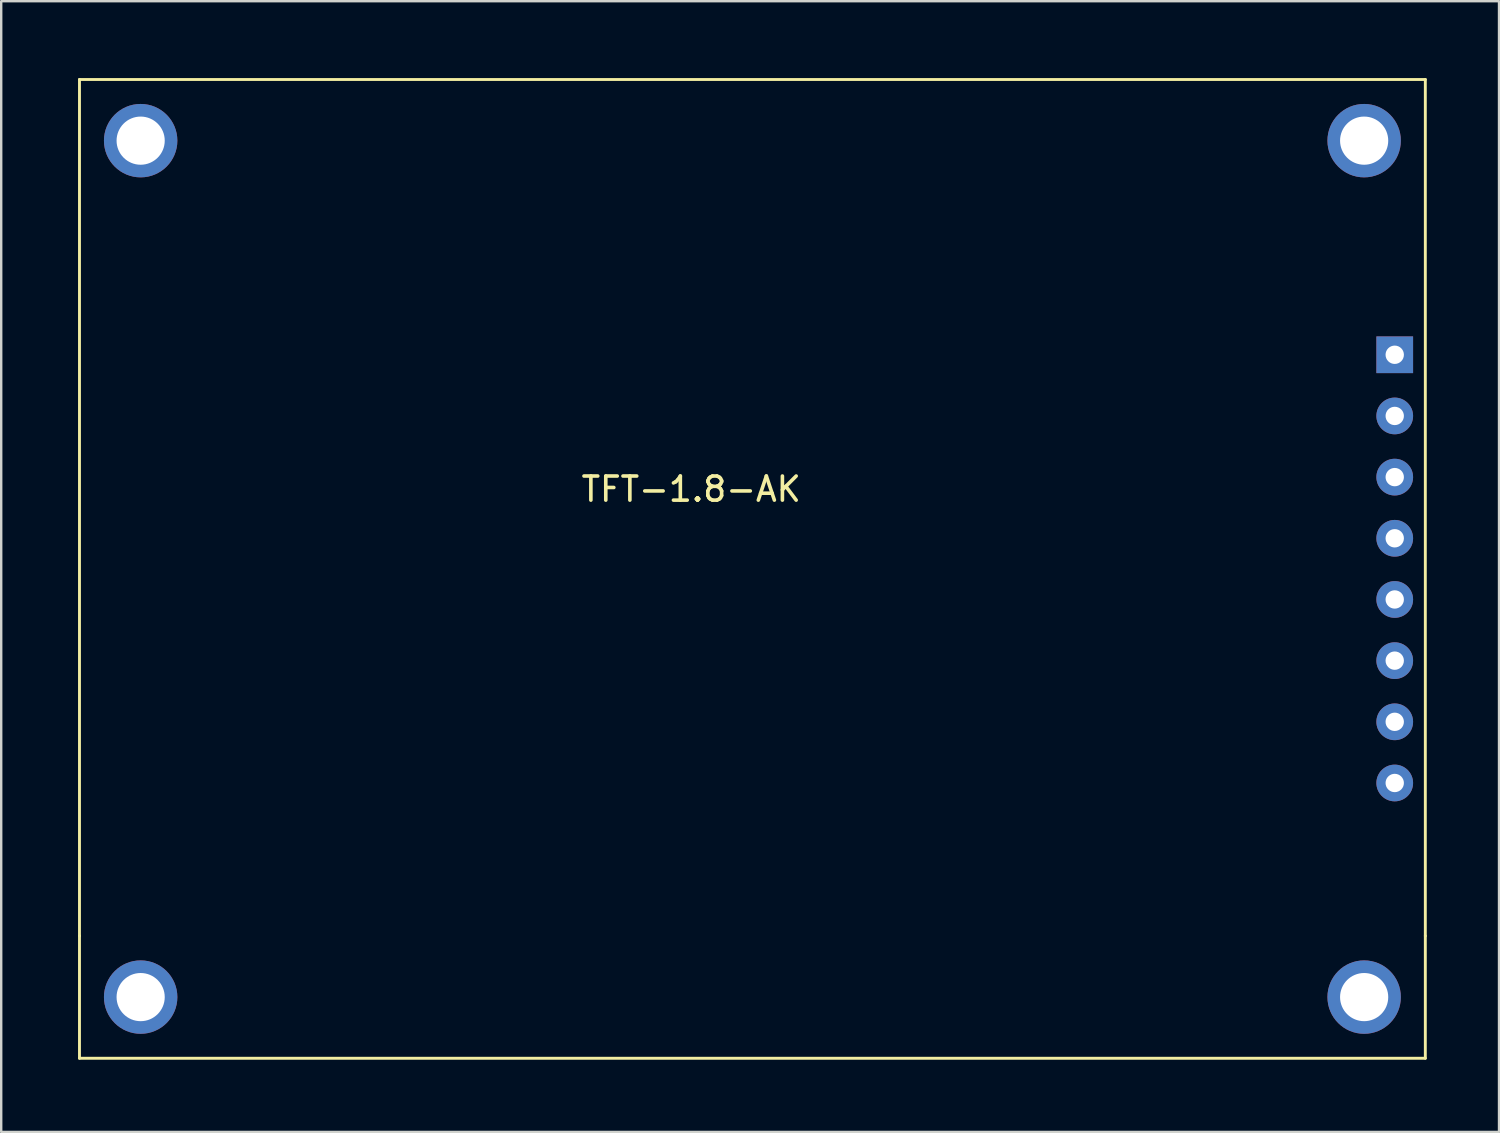
<source format=kicad_pcb>
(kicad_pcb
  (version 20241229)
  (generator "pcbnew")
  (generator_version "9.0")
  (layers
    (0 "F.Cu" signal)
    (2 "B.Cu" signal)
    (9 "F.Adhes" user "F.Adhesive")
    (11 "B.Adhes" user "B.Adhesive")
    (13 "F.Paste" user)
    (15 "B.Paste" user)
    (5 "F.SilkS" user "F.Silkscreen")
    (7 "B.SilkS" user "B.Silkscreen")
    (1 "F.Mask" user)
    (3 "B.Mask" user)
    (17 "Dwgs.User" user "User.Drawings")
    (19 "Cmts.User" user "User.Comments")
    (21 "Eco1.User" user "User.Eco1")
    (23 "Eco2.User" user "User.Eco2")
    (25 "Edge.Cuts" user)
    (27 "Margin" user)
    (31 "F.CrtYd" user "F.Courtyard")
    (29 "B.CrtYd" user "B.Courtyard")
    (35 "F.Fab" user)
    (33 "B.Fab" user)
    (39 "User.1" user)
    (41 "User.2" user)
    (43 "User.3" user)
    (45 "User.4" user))
  (footprint "TFT-1.8-AK"
    (layer "F.Cu")
    (at 0.25 0.25)
    (property "Reference" "TFT-1.8-AK" (at 25.4 17.01 0) (layer "F.SilkS") (effects (font (size 1 1) (thickness 0.15))))
    (attr through_hole)
    (fp_line (start 0 0) (end 55.88 0) (stroke (width 0.12) (type solid)) (layer "F.SilkS"))
    (fp_line (start 0 35.56) (end 0 0) (stroke (width 0.12) (type solid)) (layer "F.SilkS"))
    (fp_line (start 0 40.64) (end 0 35.56) (stroke (width 0.12) (type solid)) (layer "F.SilkS"))
    (fp_line (start 55.88 0) (end 55.88 35.56) (stroke (width 0.12) (type solid)) (layer "F.SilkS"))
    (fp_line (start 55.88 35.56) (end 55.88 40.64) (stroke (width 0.12) (type solid)) (layer "F.SilkS"))
    (fp_line (start 55.88 40.64) (end 0 40.64) (stroke (width 0.12) (type solid)) (layer "F.SilkS"))
    (pad "1" thru_hole rect (at 54.61 11.43) (size 1.524 1.524) (drill 0.762) (layers "*.Cu" "*.Mask"))
    (pad "2" thru_hole circle (at 54.61 13.97) (size 1.524 1.524) (drill 0.762) (layers "*.Cu" "*.Mask"))
    (pad "3" thru_hole circle (at 54.61 16.51) (size 1.524 1.524) (drill 0.762) (layers "*.Cu" "*.Mask"))
    (pad "4" thru_hole circle (at 54.61 19.05) (size 1.524 1.524) (drill 0.762) (layers "*.Cu" "*.Mask"))
    (pad "5" thru_hole circle (at 54.61 21.59) (size 1.524 1.524) (drill 0.762) (layers "*.Cu" "*.Mask"))
    (pad "6" thru_hole circle (at 54.61 24.13) (size 1.524 1.524) (drill 0.762) (layers "*.Cu" "*.Mask"))
    (pad "7" thru_hole circle (at 54.61 26.67) (size 1.524 1.524) (drill 0.762) (layers "*.Cu" "*.Mask"))
    (pad "8" thru_hole circle (at 54.61 29.21) (size 1.524 1.524) (drill 0.762) (layers "*.Cu" "*.Mask"))
    (pad "9" thru_hole circle (at 2.54 2.54) (size 3.048 3.048) (drill 2) (layers "*.Cu" "*.Mask"))
    (pad "10" thru_hole circle (at 2.54 38.1) (size 3.048 3.048) (drill 2) (layers "*.Cu" "*.Mask"))
    (pad "11" thru_hole circle (at 53.34 38.1) (size 3.048 3.048) (drill 2) (layers "*.Cu" "*.Mask"))
    (pad "12" thru_hole circle (at 53.34 2.54) (size 3.048 3.048) (drill 2) (layers "*.Cu" "*.Mask")))
  (gr_rect
    (start -3 -3)
    (end 59.19 43.95)
    (stroke (width 0.1) (type default))
    (fill no)
    (layer "Edge.Cuts")))
</source>
